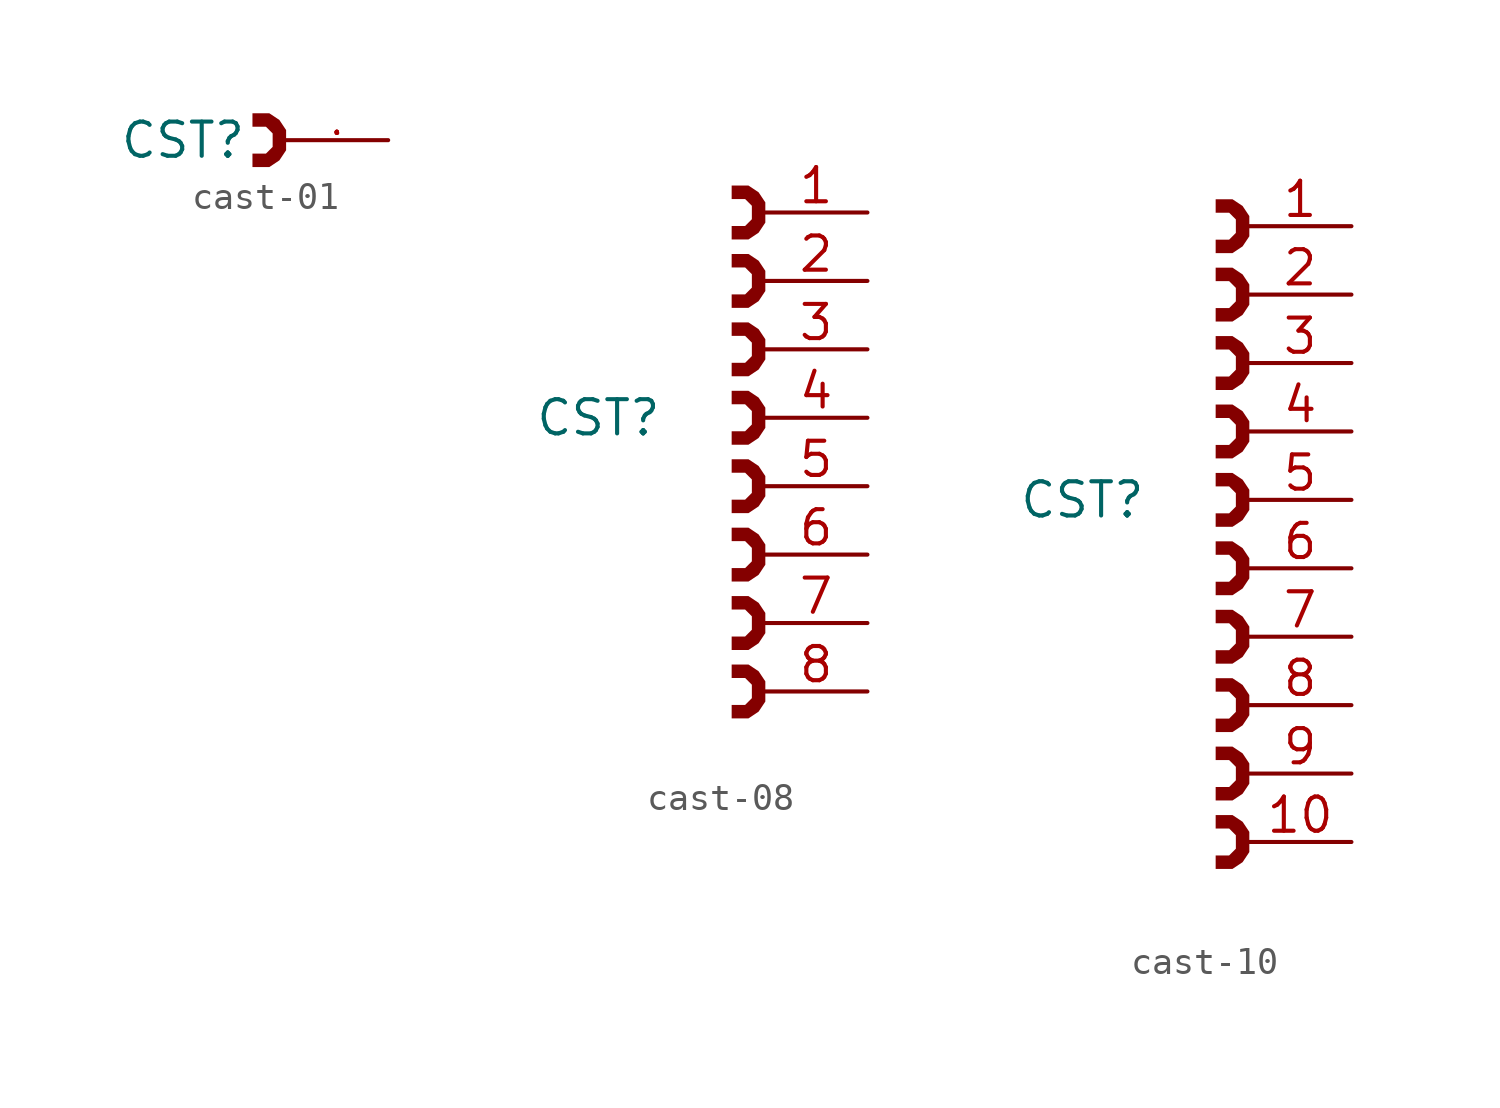
<source format=kicad_sym>
(kicad_symbol_lib
  (version 20241209)
  (generator "kicad_symbol_editor")
  (generator_version "9.0")
  (symbol "cast-01"
    (property "Reference" "CST"
      (at -5.08 0 0)
      (do_not_autoplace)
      (effects (font (size 1.27 1.27))))
    (symbol "cast-01_1_1"
      (polyline (pts (xy -2.5 1) (xy -1.875 1) (xy -1.5 0.75) (xy -1.25 0.375) (xy -1.25 -0.375) (xy -1.5 -0.75) (xy -1.875 -1) (xy -2.5 -1) (xy -2.5 -0.5) (xy -2 -0.5) (xy -1.75 -0.25) (xy -1.75 0.25) (xy -2 0.5) (xy -2.5 0.5) (xy -2.5 1)) (stroke (width -0.0001) (type solid) (color 194 0 0 1)) (fill (type color) (color 132 0 0 1)))
      (pin passive line (at 2.54 0 180) (length 3.81) (name "" (effects (font (size 1 1)))) (number "1" (effects (font (size 0.05 0.05)))))))
  (symbol "cast-08"
    (property "Reference" "CST"
      (at -5.08 0 0)
      (do_not_autoplace)
      (effects (font (size 1.27 1.27)) (justify right)))
    (symbol "cast-08_1_1"
      (polyline (pts (xy -2.5 8.62) (xy -1.875 8.62) (xy -1.5 8.37) (xy -1.25 7.995) (xy -1.25 7.245) (xy -1.5 6.87) (xy -1.875 6.62) (xy -2.5 6.62) (xy -2.5 7.12) (xy -2 7.12) (xy -1.75 7.37) (xy -1.75 7.87) (xy -2 8.12) (xy -2.5 8.12) (xy -2.5 8.62)) (stroke (width -0.0001) (type solid) (color 194 0 0 1)) (fill (type color) (color 132 0 0 1)))
      (polyline (pts (xy -2.5 6.08) (xy -1.875 6.08) (xy -1.5 5.83) (xy -1.25 5.455) (xy -1.25 4.705) (xy -1.5 4.33) (xy -1.875 4.08) (xy -2.5 4.08) (xy -2.5 4.58) (xy -2 4.58) (xy -1.75 4.83) (xy -1.75 5.33) (xy -2 5.58) (xy -2.5 5.58) (xy -2.5 6.08)) (stroke (width -0.0001) (type solid) (color 194 0 0 1)) (fill (type color) (color 132 0 0 1)))
      (polyline (pts (xy -2.5 3.54) (xy -1.875 3.54) (xy -1.5 3.29) (xy -1.25 2.915) (xy -1.25 2.165) (xy -1.5 1.79) (xy -1.875 1.54) (xy -2.5 1.54) (xy -2.5 2.04) (xy -2 2.04) (xy -1.75 2.29) (xy -1.75 2.79) (xy -2 3.04) (xy -2.5 3.04) (xy -2.5 3.54)) (stroke (width -0.0001) (type solid) (color 194 0 0 1)) (fill (type color) (color 132 0 0 1)))
      (polyline (pts (xy -2.5 1) (xy -1.875 1) (xy -1.5 0.75) (xy -1.25 0.375) (xy -1.25 -0.375) (xy -1.5 -0.75) (xy -1.875 -1) (xy -2.5 -1) (xy -2.5 -0.5) (xy -2 -0.5) (xy -1.75 -0.25) (xy -1.75 0.25) (xy -2 0.5) (xy -2.5 0.5) (xy -2.5 1)) (stroke (width -0.0001) (type solid) (color 194 0 0 1)) (fill (type color) (color 132 0 0 1)))
      (polyline (pts (xy -2.5 -1.54) (xy -1.875 -1.54) (xy -1.5 -1.79) (xy -1.25 -2.165) (xy -1.25 -2.915) (xy -1.5 -3.29) (xy -1.875 -3.54) (xy -2.5 -3.54) (xy -2.5 -3.04) (xy -2 -3.04) (xy -1.75 -2.79) (xy -1.75 -2.29) (xy -2 -2.04) (xy -2.5 -2.04) (xy -2.5 -1.54)) (stroke (width -0.0001) (type solid) (color 194 0 0 1)) (fill (type color) (color 132 0 0 1)))
      (polyline (pts (xy -2.5 -4.08) (xy -1.875 -4.08) (xy -1.5 -4.33) (xy -1.25 -4.705) (xy -1.25 -5.455) (xy -1.5 -5.83) (xy -1.875 -6.08) (xy -2.5 -6.08) (xy -2.5 -5.58) (xy -2 -5.58) (xy -1.75 -5.33) (xy -1.75 -4.83) (xy -2 -4.58) (xy -2.5 -4.58) (xy -2.5 -4.08)) (stroke (width -0.0001) (type solid) (color 194 0 0 1)) (fill (type color) (color 132 0 0 1)))
      (polyline (pts (xy -2.5 -6.62) (xy -1.875 -6.62) (xy -1.5 -6.87) (xy -1.25 -7.245) (xy -1.25 -7.995) (xy -1.5 -8.37) (xy -1.875 -8.62) (xy -2.5 -8.62) (xy -2.5 -8.12) (xy -2 -8.12) (xy -1.75 -7.87) (xy -1.75 -7.37) (xy -2 -7.12) (xy -2.5 -7.12) (xy -2.5 -6.62)) (stroke (width -0.0001) (type solid) (color 194 0 0 1)) (fill (type color) (color 132 0 0 1)))
      (polyline (pts (xy -2.5 -9.16) (xy -1.875 -9.16) (xy -1.5 -9.41) (xy -1.25 -9.785) (xy -1.25 -10.535) (xy -1.5 -10.91) (xy -1.875 -11.16) (xy -2.5 -11.16) (xy -2.5 -10.66) (xy -2 -10.66) (xy -1.75 -10.41) (xy -1.75 -9.91) (xy -2 -9.66) (xy -2.5 -9.66) (xy -2.5 -9.16)) (stroke (width -0.0001) (type solid) (color 194 0 0 1)) (fill (type color) (color 132 0 0 1)))
      (pin passive line (at 2.54 7.62 180) (length 3.81) (name "" (effects (font (size 1 1)))) (number "1" (effects (font (size 1.27 1.27)))))
      (pin passive line (at 2.54 5.08 180) (length 3.81) (name "" (effects (font (size 1 1)))) (number "2" (effects (font (size 1.27 1.27)))))
      (pin passive line (at 2.54 2.54 180) (length 3.81) (name "" (effects (font (size 1 1)))) (number "3" (effects (font (size 1.27 1.27)))))
      (pin passive line (at 2.54 0 180) (length 3.81) (name "" (effects (font (size 1 1)))) (number "4" (effects (font (size 1.27 1.27)))))
      (pin passive line (at 2.54 -2.54 180) (length 3.81) (name "" (effects (font (size 1 1)))) (number "5" (effects (font (size 1.27 1.27)))))
      (pin passive line (at 2.54 -5.08 180) (length 3.81) (name "" (effects (font (size 1 1)))) (number "6" (effects (font (size 1.27 1.27)))))
      (pin passive line (at 2.54 -7.62 180) (length 3.81) (name "" (effects (font (size 1 1)))) (number "7" (effects (font (size 1.27 1.27)))))
      (pin passive line (at 2.54 -10.16 180) (length 3.81) (name "" (effects (font (size 1 1)))) (number "8" (effects (font (size 1.27 1.27)))))))
  (symbol "cast-10"
    (property "Reference" "CST"
      (at -5.08 0 0)
      (do_not_autoplace)
      (effects (font (size 1.27 1.27)) (justify right)))
    (symbol "cast-10_1_1"
      (polyline (pts (xy -2.5 11.16) (xy -1.875 11.16) (xy -1.5 10.91) (xy -1.25 10.535) (xy -1.25 9.785) (xy -1.5 9.41) (xy -1.875 9.16) (xy -2.5 9.16) (xy -2.5 9.66) (xy -2 9.66) (xy -1.75 9.91) (xy -1.75 10.41) (xy -2 10.66) (xy -2.5 10.66) (xy -2.5 11.16)) (stroke (width -0.0001) (type solid) (color 194 0 0 1)) (fill (type color) (color 132 0 0 1)))
      (polyline (pts (xy -2.5 8.62) (xy -1.875 8.62) (xy -1.5 8.37) (xy -1.25 7.995) (xy -1.25 7.245) (xy -1.5 6.87) (xy -1.875 6.62) (xy -2.5 6.62) (xy -2.5 7.12) (xy -2 7.12) (xy -1.75 7.37) (xy -1.75 7.87) (xy -2 8.12) (xy -2.5 8.12) (xy -2.5 8.62)) (stroke (width -0.0001) (type solid) (color 194 0 0 1)) (fill (type color) (color 132 0 0 1)))
      (polyline (pts (xy -2.5 6.08) (xy -1.875 6.08) (xy -1.5 5.83) (xy -1.25 5.455) (xy -1.25 4.705) (xy -1.5 4.33) (xy -1.875 4.08) (xy -2.5 4.08) (xy -2.5 4.58) (xy -2 4.58) (xy -1.75 4.83) (xy -1.75 5.33) (xy -2 5.58) (xy -2.5 5.58) (xy -2.5 6.08)) (stroke (width -0.0001) (type solid) (color 194 0 0 1)) (fill (type color) (color 132 0 0 1)))
      (polyline (pts (xy -2.5 3.54) (xy -1.875 3.54) (xy -1.5 3.29) (xy -1.25 2.915) (xy -1.25 2.165) (xy -1.5 1.79) (xy -1.875 1.54) (xy -2.5 1.54) (xy -2.5 2.04) (xy -2 2.04) (xy -1.75 2.29) (xy -1.75 2.79) (xy -2 3.04) (xy -2.5 3.04) (xy -2.5 3.54)) (stroke (width -0.0001) (type solid) (color 194 0 0 1)) (fill (type color) (color 132 0 0 1)))
      (polyline (pts (xy -2.5 1) (xy -1.875 1) (xy -1.5 0.75) (xy -1.25 0.375) (xy -1.25 -0.375) (xy -1.5 -0.75) (xy -1.875 -1) (xy -2.5 -1) (xy -2.5 -0.5) (xy -2 -0.5) (xy -1.75 -0.25) (xy -1.75 0.25) (xy -2 0.5) (xy -2.5 0.5) (xy -2.5 1)) (stroke (width -0.0001) (type solid) (color 194 0 0 1)) (fill (type color) (color 132 0 0 1)))
      (polyline (pts (xy -2.5 -1.54) (xy -1.875 -1.54) (xy -1.5 -1.79) (xy -1.25 -2.165) (xy -1.25 -2.915) (xy -1.5 -3.29) (xy -1.875 -3.54) (xy -2.5 -3.54) (xy -2.5 -3.04) (xy -2 -3.04) (xy -1.75 -2.79) (xy -1.75 -2.29) (xy -2 -2.04) (xy -2.5 -2.04) (xy -2.5 -1.54)) (stroke (width -0.0001) (type solid) (color 194 0 0 1)) (fill (type color) (color 132 0 0 1)))
      (polyline (pts (xy -2.5 -4.08) (xy -1.875 -4.08) (xy -1.5 -4.33) (xy -1.25 -4.705) (xy -1.25 -5.455) (xy -1.5 -5.83) (xy -1.875 -6.08) (xy -2.5 -6.08) (xy -2.5 -5.58) (xy -2 -5.58) (xy -1.75 -5.33) (xy -1.75 -4.83) (xy -2 -4.58) (xy -2.5 -4.58) (xy -2.5 -4.08)) (stroke (width -0.0001) (type solid) (color 194 0 0 1)) (fill (type color) (color 132 0 0 1)))
      (polyline (pts (xy -2.5 -6.62) (xy -1.875 -6.62) (xy -1.5 -6.87) (xy -1.25 -7.245) (xy -1.25 -7.995) (xy -1.5 -8.37) (xy -1.875 -8.62) (xy -2.5 -8.62) (xy -2.5 -8.12) (xy -2 -8.12) (xy -1.75 -7.87) (xy -1.75 -7.37) (xy -2 -7.12) (xy -2.5 -7.12) (xy -2.5 -6.62)) (stroke (width -0.0001) (type solid) (color 194 0 0 1)) (fill (type color) (color 132 0 0 1)))
      (polyline (pts (xy -2.5 -9.16) (xy -1.875 -9.16) (xy -1.5 -9.41) (xy -1.25 -9.785) (xy -1.25 -10.535) (xy -1.5 -10.91) (xy -1.875 -11.16) (xy -2.5 -11.16) (xy -2.5 -10.66) (xy -2 -10.66) (xy -1.75 -10.41) (xy -1.75 -9.91) (xy -2 -9.66) (xy -2.5 -9.66) (xy -2.5 -9.16)) (stroke (width -0.0001) (type solid) (color 194 0 0 1)) (fill (type color) (color 132 0 0 1)))
      (polyline (pts (xy -2.5 -11.7) (xy -1.875 -11.7) (xy -1.5 -11.95) (xy -1.25 -12.325) (xy -1.25 -13.075) (xy -1.5 -13.45) (xy -1.875 -13.7) (xy -2.5 -13.7) (xy -2.5 -13.2) (xy -2 -13.2) (xy -1.75 -12.95) (xy -1.75 -12.45) (xy -2 -12.2) (xy -2.5 -12.2) (xy -2.5 -11.7)) (stroke (width -0.0001) (type solid) (color 194 0 0 1)) (fill (type color) (color 132 0 0 1)))
      (pin passive line (at 2.54 10.16 180) (length 3.81) (name "" (effects (font (size 1 1)))) (number "1" (effects (font (size 1.27 1.27)))))
      (pin passive line (at 2.54 7.62 180) (length 3.81) (name "" (effects (font (size 1 1)))) (number "2" (effects (font (size 1.27 1.27)))))
      (pin passive line (at 2.54 5.08 180) (length 3.81) (name "" (effects (font (size 1 1)))) (number "3" (effects (font (size 1.27 1.27)))))
      (pin passive line (at 2.54 2.54 180) (length 3.81) (name "" (effects (font (size 1 1)))) (number "4" (effects (font (size 1.27 1.27)))))
      (pin passive line (at 2.54 0 180) (length 3.81) (name "" (effects (font (size 1 1)))) (number "5" (effects (font (size 1.27 1.27)))))
      (pin passive line (at 2.54 -2.54 180) (length 3.81) (name "" (effects (font (size 1 1)))) (number "6" (effects (font (size 1.27 1.27)))))
      (pin passive line (at 2.54 -5.08 180) (length 3.81) (name "" (effects (font (size 1 1)))) (number "7" (effects (font (size 1.27 1.27)))))
      (pin passive line (at 2.54 -7.62 180) (length 3.81) (name "" (effects (font (size 1 1)))) (number "8" (effects (font (size 1.27 1.27)))))
      (pin passive line (at 2.54 -10.16 180) (length 3.81) (name "" (effects (font (size 1 1)))) (number "9" (effects (font (size 1.27 1.27)))))
      (pin passive line (at 2.54 -12.7 180) (length 3.81) (name "" (effects (font (size 1 1)))) (number "10" (effects (font (size 1.27 1.27))))))))
</source>
